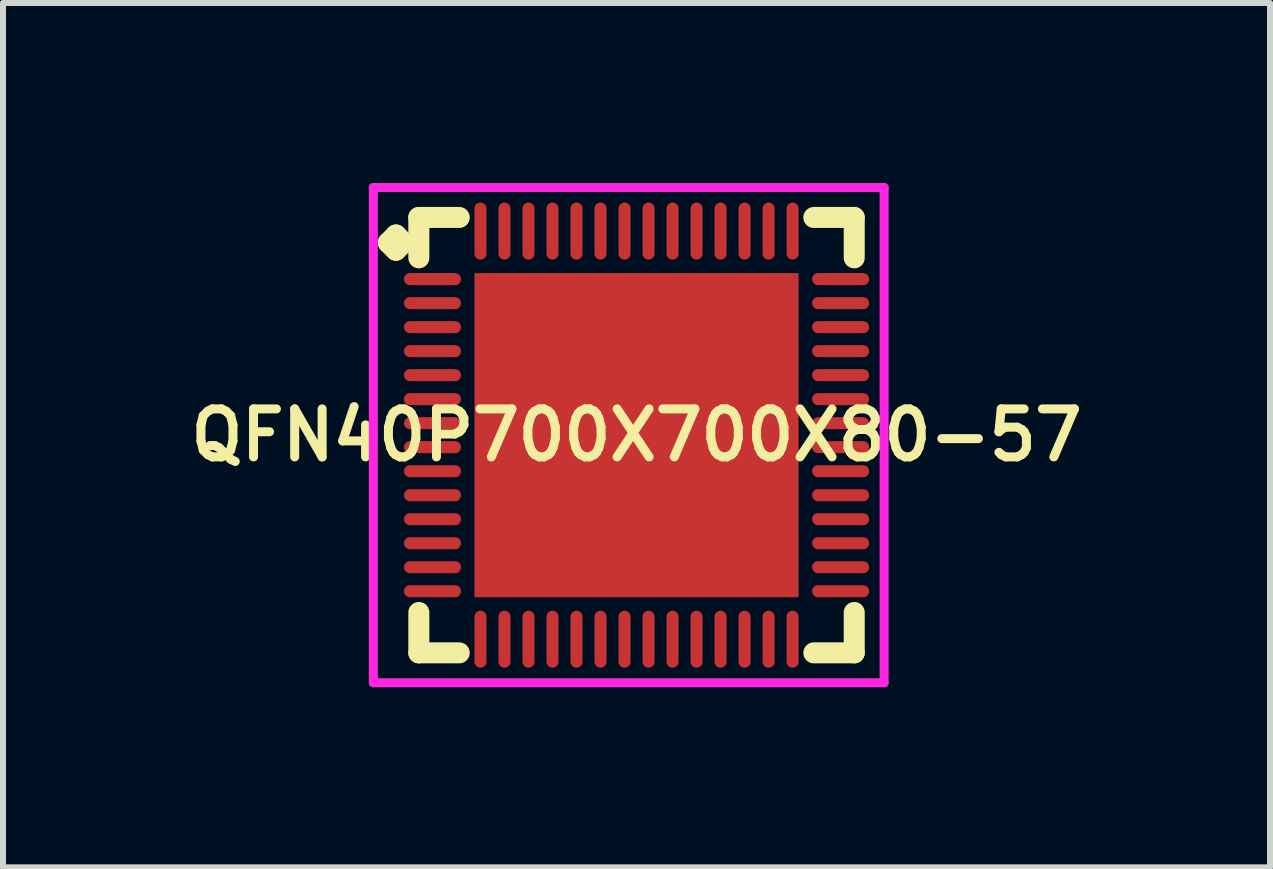
<source format=kicad_pcb>
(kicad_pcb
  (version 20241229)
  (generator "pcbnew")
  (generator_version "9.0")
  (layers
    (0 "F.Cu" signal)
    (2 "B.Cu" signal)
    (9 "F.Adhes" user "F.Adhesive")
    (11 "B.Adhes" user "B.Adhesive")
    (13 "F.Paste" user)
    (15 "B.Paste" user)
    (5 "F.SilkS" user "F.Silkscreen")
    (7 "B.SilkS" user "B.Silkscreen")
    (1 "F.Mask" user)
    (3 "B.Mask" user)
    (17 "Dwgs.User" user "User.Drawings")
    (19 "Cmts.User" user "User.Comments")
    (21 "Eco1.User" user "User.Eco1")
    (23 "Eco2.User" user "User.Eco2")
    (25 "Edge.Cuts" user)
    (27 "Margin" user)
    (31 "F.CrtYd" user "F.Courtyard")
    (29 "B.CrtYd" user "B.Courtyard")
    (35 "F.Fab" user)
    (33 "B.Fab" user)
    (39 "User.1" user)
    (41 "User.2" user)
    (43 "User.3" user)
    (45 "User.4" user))
  (footprint "QFN40P700X700X80-57"
    (layer "F.Cu")
    (at 7.555 4.2)
    (property "Reference" "QFN40P700X700X80-57" (at 0 0 0) (layer "F.SilkS") (effects (font (size 0.8 0.8) (thickness 0.15))))
    (attr smd)
    (fp_line (start -4.135 -3.208) (end -4.008 -3.335) (stroke (width 0.35) (type solid)) (layer "F.SilkS"))
    (fp_line (start -4.008 -3.335) (end -3.881 -3.208) (stroke (width 0.35) (type solid)) (layer "F.SilkS"))
    (fp_line (start -4.008 -3.081) (end -4.135 -3.208) (stroke (width 0.35) (type solid)) (layer "F.SilkS"))
    (fp_line (start -3.881 -3.208) (end -4.008 -3.081) (stroke (width 0.35) (type solid)) (layer "F.SilkS"))
    (fp_line (start -3.627 -3.627) (end -2.954 -3.627) (stroke (width 0.35) (type solid)) (layer "F.SilkS"))
    (fp_line (start -3.627 -2.954) (end -3.627 -3.627) (stroke (width 0.35) (type solid)) (layer "F.SilkS"))
    (fp_line (start -3.627 2.954) (end -3.627 3.627) (stroke (width 0.35) (type solid)) (layer "F.SilkS"))
    (fp_line (start -3.627 3.627) (end -2.954 3.627) (stroke (width 0.35) (type solid)) (layer "F.SilkS"))
    (fp_line (start 2.954 -3.627) (end 3.627 -3.627) (stroke (width 0.35) (type solid)) (layer "F.SilkS"))
    (fp_line (start 2.954 3.627) (end 3.627 3.627) (stroke (width 0.35) (type solid)) (layer "F.SilkS"))
    (fp_line (start 3.627 -3.627) (end 3.627 -2.954) (stroke (width 0.35) (type solid)) (layer "F.SilkS"))
    (fp_line (start 3.627 3.627) (end 3.627 2.954) (stroke (width 0.35) (type solid)) (layer "F.SilkS"))
    (fp_line (start -4.385 -4.125) (end 4.125 -4.125) (stroke (width 0.15) (type solid)) (layer "F.CrtYd"))
    (fp_line (start -4.385 4.125) (end -4.385 -4.125) (stroke (width 0.15) (type solid)) (layer "F.CrtYd"))
    (fp_line (start 4.125 -4.125) (end 4.125 4.125) (stroke (width 0.15) (type solid)) (layer "F.CrtYd"))
    (fp_line (start 4.125 4.125) (end -4.385 4.125) (stroke (width 0.15) (type solid)) (layer "F.CrtYd"))
    (pad "1" smd oval (at -3.4 -2.6) (size 0.95 0.2) (layers "F.Cu" "F.Mask" "F.Paste"))
    (pad "2" smd oval (at -3.4 -2.2) (size 0.95 0.2) (layers "F.Cu" "F.Mask" "F.Paste"))
    (pad "3" smd oval (at -3.4 -1.8) (size 0.95 0.2) (layers "F.Cu" "F.Mask" "F.Paste"))
    (pad "4" smd oval (at -3.4 -1.4) (size 0.95 0.2) (layers "F.Cu" "F.Mask" "F.Paste"))
    (pad "5" smd oval (at -3.4 -1) (size 0.95 0.2) (layers "F.Cu" "F.Mask" "F.Paste"))
    (pad "6" smd oval (at -3.4 -0.6) (size 0.95 0.2) (layers "F.Cu" "F.Mask" "F.Paste"))
    (pad "7" smd oval (at -3.4 -0.2) (size 0.95 0.2) (layers "F.Cu" "F.Mask" "F.Paste"))
    (pad "8" smd oval (at -3.4 0.2) (size 0.95 0.2) (layers "F.Cu" "F.Mask" "F.Paste"))
    (pad "9" smd oval (at -3.4 0.6) (size 0.95 0.2) (layers "F.Cu" "F.Mask" "F.Paste"))
    (pad "10" smd oval (at -3.4 1) (size 0.95 0.2) (layers "F.Cu" "F.Mask" "F.Paste"))
    (pad "11" smd oval (at -3.4 1.4) (size 0.95 0.2) (layers "F.Cu" "F.Mask" "F.Paste"))
    (pad "12" smd oval (at -3.4 1.8) (size 0.95 0.2) (layers "F.Cu" "F.Mask" "F.Paste"))
    (pad "13" smd oval (at -3.4 2.2) (size 0.95 0.2) (layers "F.Cu" "F.Mask" "F.Paste"))
    (pad "14" smd oval (at -3.4 2.6) (size 0.95 0.2) (layers "F.Cu" "F.Mask" "F.Paste"))
    (pad "15" smd oval (at -2.6 3.4) (size 0.2 0.95) (layers "F.Cu" "F.Mask" "F.Paste"))
    (pad "16" smd oval (at -2.2 3.4) (size 0.2 0.95) (layers "F.Cu" "F.Mask" "F.Paste"))
    (pad "17" smd oval (at -1.8 3.4) (size 0.2 0.95) (layers "F.Cu" "F.Mask" "F.Paste"))
    (pad "18" smd oval (at -1.4 3.4) (size 0.2 0.95) (layers "F.Cu" "F.Mask" "F.Paste"))
    (pad "19" smd oval (at -1 3.4) (size 0.2 0.95) (layers "F.Cu" "F.Mask" "F.Paste"))
    (pad "20" smd oval (at -0.6 3.4) (size 0.2 0.95) (layers "F.Cu" "F.Mask" "F.Paste"))
    (pad "21" smd oval (at -0.2 3.4) (size 0.2 0.95) (layers "F.Cu" "F.Mask" "F.Paste"))
    (pad "22" smd oval (at 0.2 3.4) (size 0.2 0.95) (layers "F.Cu" "F.Mask" "F.Paste"))
    (pad "23" smd oval (at 0.6 3.4) (size 0.2 0.95) (layers "F.Cu" "F.Mask" "F.Paste"))
    (pad "24" smd oval (at 1 3.4) (size 0.2 0.95) (layers "F.Cu" "F.Mask" "F.Paste"))
    (pad "25" smd oval (at 1.4 3.4) (size 0.2 0.95) (layers "F.Cu" "F.Mask" "F.Paste"))
    (pad "26" smd oval (at 1.8 3.4) (size 0.2 0.95) (layers "F.Cu" "F.Mask" "F.Paste"))
    (pad "27" smd oval (at 2.2 3.4) (size 0.2 0.95) (layers "F.Cu" "F.Mask" "F.Paste"))
    (pad "28" smd oval (at 2.6 3.4) (size 0.2 0.95) (layers "F.Cu" "F.Mask" "F.Paste"))
    (pad "29" smd oval (at 3.4 2.6) (size 0.95 0.2) (layers "F.Cu" "F.Mask" "F.Paste"))
    (pad "30" smd oval (at 3.4 2.2) (size 0.95 0.2) (layers "F.Cu" "F.Mask" "F.Paste"))
    (pad "31" smd oval (at 3.4 1.8) (size 0.95 0.2) (layers "F.Cu" "F.Mask" "F.Paste"))
    (pad "32" smd oval (at 3.4 1.4) (size 0.95 0.2) (layers "F.Cu" "F.Mask" "F.Paste"))
    (pad "33" smd oval (at 3.4 1) (size 0.95 0.2) (layers "F.Cu" "F.Mask" "F.Paste"))
    (pad "34" smd oval (at 3.4 0.6) (size 0.95 0.2) (layers "F.Cu" "F.Mask" "F.Paste"))
    (pad "35" smd oval (at 3.4 0.2) (size 0.95 0.2) (layers "F.Cu" "F.Mask" "F.Paste"))
    (pad "36" smd oval (at 3.4 -0.2) (size 0.95 0.2) (layers "F.Cu" "F.Mask" "F.Paste"))
    (pad "37" smd oval (at 3.4 -0.6) (size 0.95 0.2) (layers "F.Cu" "F.Mask" "F.Paste"))
    (pad "38" smd oval (at 3.4 -1) (size 0.95 0.2) (layers "F.Cu" "F.Mask" "F.Paste"))
    (pad "39" smd oval (at 3.4 -1.4) (size 0.95 0.2) (layers "F.Cu" "F.Mask" "F.Paste"))
    (pad "40" smd oval (at 3.4 -1.8) (size 0.95 0.2) (layers "F.Cu" "F.Mask" "F.Paste"))
    (pad "41" smd oval (at 3.4 -2.2) (size 0.95 0.2) (layers "F.Cu" "F.Mask" "F.Paste"))
    (pad "42" smd oval (at 3.4 -2.6) (size 0.95 0.2) (layers "F.Cu" "F.Mask" "F.Paste"))
    (pad "43" smd oval (at 2.6 -3.4) (size 0.2 0.95) (layers "F.Cu" "F.Mask" "F.Paste"))
    (pad "44" smd oval (at 2.2 -3.4) (size 0.2 0.95) (layers "F.Cu" "F.Mask" "F.Paste"))
    (pad "45" smd oval (at 1.8 -3.4) (size 0.2 0.95) (layers "F.Cu" "F.Mask" "F.Paste"))
    (pad "46" smd oval (at 1.4 -3.4) (size 0.2 0.95) (layers "F.Cu" "F.Mask" "F.Paste"))
    (pad "47" smd oval (at 1 -3.4) (size 0.2 0.95) (layers "F.Cu" "F.Mask" "F.Paste"))
    (pad "48" smd oval (at 0.6 -3.4) (size 0.2 0.95) (layers "F.Cu" "F.Mask" "F.Paste"))
    (pad "49" smd oval (at 0.2 -3.4) (size 0.2 0.95) (layers "F.Cu" "F.Mask" "F.Paste"))
    (pad "50" smd oval (at -0.2 -3.4) (size 0.2 0.95) (layers "F.Cu" "F.Mask" "F.Paste"))
    (pad "51" smd oval (at -0.6 -3.4) (size 0.2 0.95) (layers "F.Cu" "F.Mask" "F.Paste"))
    (pad "52" smd oval (at -1 -3.4) (size 0.2 0.95) (layers "F.Cu" "F.Mask" "F.Paste"))
    (pad "53" smd oval (at -1.4 -3.4) (size 0.2 0.95) (layers "F.Cu" "F.Mask" "F.Paste"))
    (pad "54" smd oval (at -1.8 -3.4) (size 0.2 0.95) (layers "F.Cu" "F.Mask" "F.Paste"))
    (pad "55" smd oval (at -2.2 -3.4) (size 0.2 0.95) (layers "F.Cu" "F.Mask" "F.Paste"))
    (pad "56" smd oval (at -2.6 -3.4) (size 0.2 0.95) (layers "F.Cu" "F.Mask" "F.Paste"))
    (pad "57" smd rect (at 0 0) (size 5.4 5.4) (layers "F.Cu" "F.Mask" "F.Paste")))
  (gr_rect
    (start -3 -3)
    (end 18.109 11.4)
    (stroke (width 0.1) (type default))
    (fill no)
    (layer "Edge.Cuts")))
</source>
